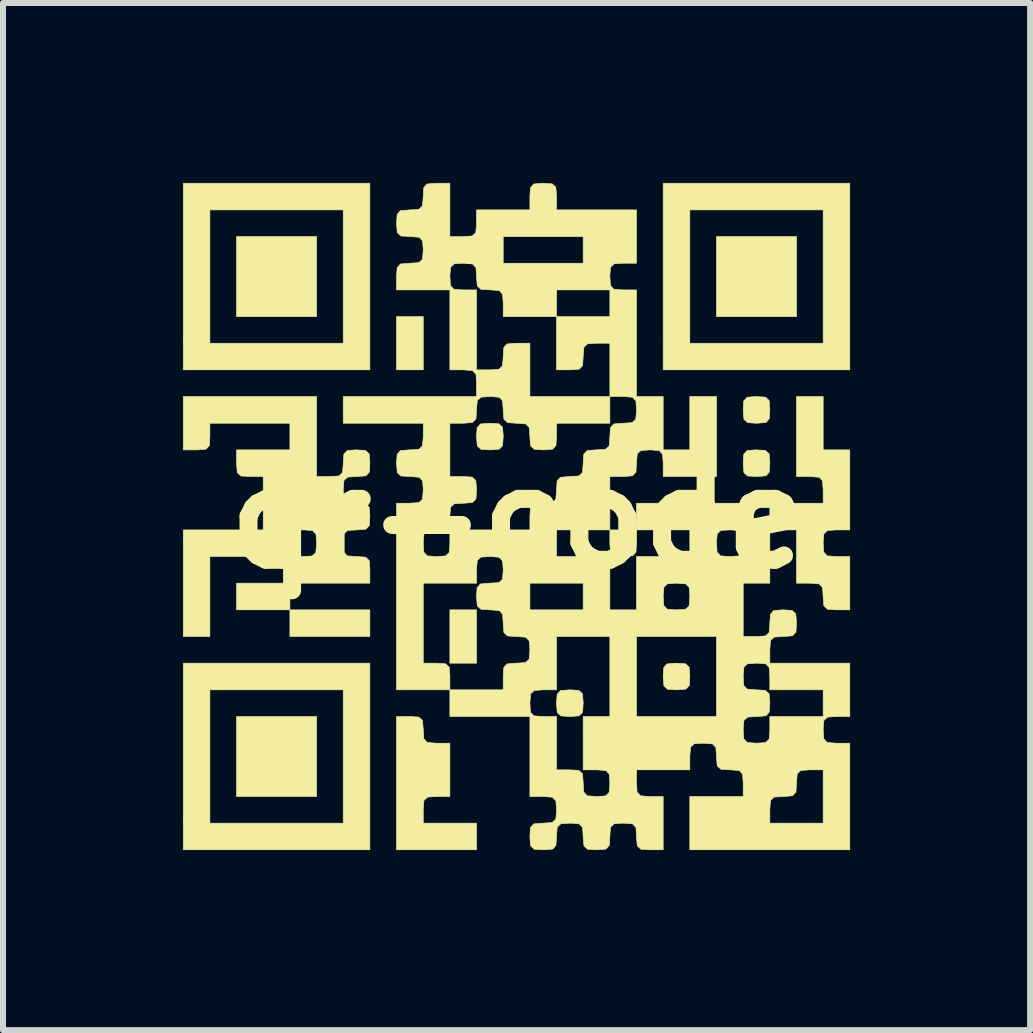
<source format=kicad_pcb>
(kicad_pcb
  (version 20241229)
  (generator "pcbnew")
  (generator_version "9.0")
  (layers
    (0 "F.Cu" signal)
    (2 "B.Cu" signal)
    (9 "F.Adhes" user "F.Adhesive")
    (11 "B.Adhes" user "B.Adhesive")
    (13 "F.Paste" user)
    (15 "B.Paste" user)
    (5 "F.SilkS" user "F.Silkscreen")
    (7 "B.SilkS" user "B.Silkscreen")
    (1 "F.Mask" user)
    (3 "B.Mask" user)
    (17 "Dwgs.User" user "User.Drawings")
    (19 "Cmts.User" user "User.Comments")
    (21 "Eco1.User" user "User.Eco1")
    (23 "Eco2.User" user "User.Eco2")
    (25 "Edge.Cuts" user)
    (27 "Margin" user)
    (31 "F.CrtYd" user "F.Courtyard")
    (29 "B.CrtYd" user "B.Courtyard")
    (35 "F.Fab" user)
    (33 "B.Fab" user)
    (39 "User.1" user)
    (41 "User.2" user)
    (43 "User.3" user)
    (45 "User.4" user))
  (footprint "qr-code"
    (layer "F.Cu")
    (at 5.593 5.593)
    (property "Reference" "qr-code" (at 0 0 0) (layer "F.SilkS") (effects (font (size 1.524 1.524) (thickness 0.3))))
    (attr through_hole)
    (fp_poly (pts (xy -4.699 1.524) (xy -4.699 1.079) (xy -3.81 1.079) (xy -3.81 1.524) (xy -4.699 1.524)) (stroke (width 0.01) (type solid)) (fill yes) (layer "F.SilkS"))
    (fp_poly (pts (xy -3.365 -3.365) (xy -4.699 -3.365) (xy -4.699 -4.699) (xy -3.365 -4.699) (xy -3.365 -3.365)) (stroke (width 0.01) (type solid)) (fill yes) (layer "F.SilkS"))
    (fp_poly (pts (xy -3.365 4.636) (xy -4.699 4.636) (xy -4.699 3.302) (xy -3.365 3.302) (xy -3.365 4.636)) (stroke (width 0.01) (type solid)) (fill yes) (layer "F.SilkS"))
    (fp_poly (pts (xy -2.477 1.524) (xy -2.477 1.968) (xy -3.81 1.968) (xy -3.81 1.524) (xy -2.477 1.524)) (stroke (width 0.01) (type solid)) (fill yes) (layer "F.SilkS"))
    (fp_poly (pts (xy -1.587 -2.477) (xy -2.032 -2.477) (xy -2.032 -3.365) (xy -1.587 -3.365) (xy -1.587 -2.477)) (stroke (width 0.01) (type solid)) (fill yes) (layer "F.SilkS"))
    (fp_poly (pts (xy -0.699 2.413) (xy -1.143 2.413) (xy -1.143 1.524) (xy -0.699 1.524) (xy -0.699 2.413)) (stroke (width 0.01) (type solid)) (fill yes) (layer "F.SilkS"))
    (fp_poly (pts (xy 4.636 -3.365) (xy 3.302 -3.365) (xy 3.302 -4.699) (xy 4.636 -4.699) (xy 4.636 -3.365)) (stroke (width 0.01) (type solid)) (fill yes) (layer "F.SilkS"))
    (fp_poly (pts (xy -2.477 -2.477) (xy -5.588 -2.477) (xy -5.588 -5.144) (xy -5.144 -5.144) (xy -5.144 -2.921) (xy -2.921 -2.921) (xy -2.921 -5.144) (xy -5.144 -5.144) (xy -5.588 -5.144) (xy -5.588 -5.588) (xy -2.477 -5.588) (xy -2.477 -2.477)) (stroke (width 0.01) (type solid)) (fill yes) (layer "F.SilkS"))
    (fp_poly (pts (xy -2.477 5.524) (xy -5.588 5.524) (xy -5.588 2.857) (xy -5.144 2.857) (xy -5.144 5.08) (xy -2.921 5.08) (xy -2.921 2.857) (xy -5.144 2.857) (xy -5.588 2.857) (xy -5.588 2.413) (xy -2.477 2.413) (xy -2.477 5.524)) (stroke (width 0.01) (type solid)) (fill yes) (layer "F.SilkS"))
    (fp_poly (pts (xy 5.524 -2.477) (xy 2.413 -2.477) (xy 2.413 -5.144) (xy 2.857 -5.144) (xy 2.857 -2.921) (xy 5.08 -2.921) (xy 5.08 -5.144) (xy 2.857 -5.144) (xy 2.413 -5.144) (xy 2.413 -5.588) (xy 5.524 -5.588) (xy 5.524 -2.477)) (stroke (width 0.01) (type solid)) (fill yes) (layer "F.SilkS"))
    (fp_poly (pts (xy -0.327 -1.578) (xy -0.266 -1.522) (xy -0.254 -1.382) (xy -0.254 -1.365) (xy -0.264 -1.216) (xy -0.319 -1.155) (xy -0.459 -1.143) (xy -0.476 -1.143) (xy -0.625 -1.153) (xy -0.686 -1.208) (xy -0.698 -1.348) (xy -0.699 -1.365) (xy -0.689 -1.514) (xy -0.633 -1.575) (xy -0.493 -1.587) (xy -0.476 -1.587) (xy -0.327 -1.578)) (stroke (width 0.01) (type solid)) (fill yes) (layer "F.SilkS"))
    (fp_poly (pts (xy 1.006 2.867) (xy 1.067 2.923) (xy 1.079 3.063) (xy 1.079 3.08) (xy 1.07 3.229) (xy 1.014 3.29) (xy 0.874 3.302) (xy 0.857 3.302) (xy 0.708 3.292) (xy 0.647 3.237) (xy 0.635 3.097) (xy 0.635 3.08) (xy 0.645 2.931) (xy 0.7 2.87) (xy 0.84 2.858) (xy 0.857 2.857) (xy 1.006 2.867)) (stroke (width 0.01) (type solid)) (fill yes) (layer "F.SilkS"))
    (fp_poly (pts (xy 2.784 2.423) (xy 2.845 2.478) (xy 2.857 2.618) (xy 2.857 2.635) (xy 2.848 2.784) (xy 2.792 2.845) (xy 2.652 2.857) (xy 2.635 2.857) (xy 2.486 2.848) (xy 2.425 2.792) (xy 2.413 2.652) (xy 2.413 2.635) (xy 2.423 2.486) (xy 2.478 2.425) (xy 2.618 2.413) (xy 2.635 2.413) (xy 2.784 2.423)) (stroke (width 0.01) (type solid)) (fill yes) (layer "F.SilkS"))
    (fp_poly (pts (xy 4.118 -2.022) (xy 4.179 -1.967) (xy 4.191 -1.827) (xy 4.191 -1.81) (xy 4.181 -1.661) (xy 4.126 -1.6) (xy 3.986 -1.588) (xy 3.969 -1.587) (xy 3.82 -1.597) (xy 3.759 -1.653) (xy 3.747 -1.793) (xy 3.747 -1.81) (xy 3.756 -1.959) (xy 3.812 -2.02) (xy 3.952 -2.032) (xy 3.969 -2.032) (xy 4.118 -2.022)) (stroke (width 0.01) (type solid)) (fill yes) (layer "F.SilkS"))
    (fp_poly (pts (xy 4.118 -1.133) (xy 4.179 -1.078) (xy 4.191 -0.938) (xy 4.191 -0.921) (xy 4.181 -0.772) (xy 4.126 -0.711) (xy 3.986 -0.699) (xy 3.969 -0.699) (xy 3.82 -0.708) (xy 3.759 -0.764) (xy 3.747 -0.904) (xy 3.747 -0.921) (xy 3.756 -1.07) (xy 3.812 -1.131) (xy 3.952 -1.143) (xy 3.969 -1.143) (xy 4.118 -1.133)) (stroke (width 0.01) (type solid)) (fill yes) (layer "F.SilkS"))
    (fp_poly (pts (xy -1.661 3.312) (xy -1.6 3.367) (xy -1.588 3.507) (xy -1.587 3.524) (xy -1.578 3.673) (xy -1.522 3.734) (xy -1.382 3.746) (xy -1.365 3.747) (xy -1.143 3.747) (xy -1.143 4.636) (xy -1.365 4.636) (xy -1.514 4.645) (xy -1.575 4.701) (xy -1.587 4.841) (xy -1.587 4.858) (xy -1.587 5.08) (xy -0.699 5.08) (xy -0.699 5.524) (xy -2.032 5.524) (xy -2.032 3.302) (xy -1.81 3.302) (xy -1.661 3.312)) (stroke (width 0.01) (type solid)) (fill yes) (layer "F.SilkS"))
    (fp_poly (pts (xy -3.81 0.635) (xy -5.144 0.635) (xy -5.144 1.968) (xy -5.588 1.968) (xy -5.588 0.413) (xy -3.81 0.413) (xy -3.8 0.562) (xy -3.745 0.623) (xy -3.605 0.635) (xy -3.588 0.635) (xy -3.439 0.625) (xy -3.378 0.57) (xy -3.366 0.43) (xy -3.365 0.413) (xy -3.375 0.264) (xy -3.431 0.203) (xy -3.571 0.191) (xy -3.588 0.191) (xy -3.737 0.2) (xy -3.798 0.256) (xy -3.81 0.396) (xy -3.81 0.413) (xy -5.588 0.413) (xy -5.588 0.191) (xy -4.255 0.191) (xy -4.255 -0.699) (xy -4.477 -0.699) (xy -4.626 -0.708) (xy -4.687 -0.764) (xy -4.699 -0.904) (xy -4.699 -0.921) (xy -4.699 -1.143) (xy -3.81 -1.143) (xy -3.81 -1.587) (xy -5.144 -1.587) (xy -5.144 -1.365) (xy -5.153 -1.216) (xy -5.209 -1.155) (xy -5.349 -1.143) (xy -5.366 -1.143) (xy -5.588 -1.143) (xy -5.588 -2.032) (xy -3.365 -2.032) (xy -3.365 -0.699) (xy -3.143 -0.699) (xy -2.994 -0.708) (xy -2.933 -0.764) (xy -2.921 -0.904) (xy -2.921 -0.921) (xy -2.911 -1.07) (xy -2.856 -1.131) (xy -2.716 -1.143) (xy -2.699 -1.143) (xy -2.55 -1.133) (xy -2.489 -1.078) (xy -2.477 -0.938) (xy -2.477 -0.921) (xy -2.486 -0.772) (xy -2.542 -0.711) (xy -2.682 -0.699) (xy -2.699 -0.699) (xy -2.848 -0.689) (xy -2.909 -0.633) (xy -2.921 -0.493) (xy -2.921 -0.476) (xy -2.911 -0.327) (xy -2.856 -0.266) (xy -2.716 -0.254) (xy -2.699 -0.254) (xy -2.55 -0.244) (xy -2.489 -0.189) (xy -2.477 -0.049) (xy -2.477 -0.032) (xy -2.486 0.117) (xy -2.542 0.178) (xy -2.682 0.19) (xy -2.699 0.191) (xy -2.848 0.2) (xy -2.909 0.256) (xy -2.921 0.396) (xy -2.921 0.413) (xy -2.911 0.562) (xy -2.856 0.623) (xy -2.716 0.635) (xy -2.699 0.635) (xy -2.55 0.645) (xy -2.489 0.7) (xy -2.477 0.84) (xy -2.477 0.857) (xy -2.477 1.079) (xy -3.81 1.079) (xy -3.81 0.635)) (stroke (width 0.01) (type solid)) (fill yes) (layer "F.SilkS"))
    (fp_poly (pts (xy -1.143 -4.699) (xy -0.921 -4.699) (xy -0.254 -4.699) (xy -0.254 -4.255) (xy 1.079 -4.255) (xy 1.079 -4.699) (xy -0.254 -4.699) (xy -0.921 -4.699) (xy -0.772 -4.709) (xy -0.711 -4.764) (xy -0.699 -4.904) (xy -0.699 -4.921) (xy -0.699 -5.144) (xy 0.191 -5.144) (xy 0.191 -5.366) (xy 0.2 -5.515) (xy 0.256 -5.576) (xy 0.396 -5.588) (xy 0.413 -5.588) (xy 0.562 -5.578) (xy 0.623 -5.523) (xy 0.635 -5.383) (xy 0.635 -5.366) (xy 0.635 -5.144) (xy 1.968 -5.144) (xy 1.968 -4.255) (xy 1.746 -4.255) (xy 1.597 -4.245) (xy 1.536 -4.189) (xy 1.524 -4.049) (xy 1.524 -4.032) (xy 1.534 -3.883) (xy 1.589 -3.822) (xy 1.729 -3.81) (xy 1.746 -3.81) (xy 1.968 -3.81) (xy 1.968 -2.032) (xy 2.413 -2.032) (xy 2.413 -1.143) (xy 2.857 -1.143) (xy 2.857 -2.032) (xy 3.302 -2.032) (xy 3.302 -0.699) (xy 2.413 -0.699) (xy 2.413 -0.921) (xy 2.403 -1.07) (xy 2.348 -1.131) (xy 2.208 -1.143) (xy 2.191 -1.143) (xy 2.042 -1.133) (xy 1.981 -1.078) (xy 1.969 -0.938) (xy 1.968 -0.921) (xy 1.959 -0.772) (xy 1.903 -0.711) (xy 1.763 -0.699) (xy 1.746 -0.699) (xy 1.524 -0.699) (xy 1.524 0.191) (xy 1.746 0.191) (xy 1.895 0.181) (xy 1.956 0.125) (xy 1.968 -0.015) (xy 1.968 -0.032) (xy 1.968 -0.254) (xy 3.747 -0.254) (xy 3.747 -0.032) (xy 3.756 0.117) (xy 3.812 0.178) (xy 3.952 0.19) (xy 3.969 0.191) (xy 4.118 0.181) (xy 4.179 0.125) (xy 4.191 -0.015) (xy 4.191 -0.032) (xy 4.191 -0.254) (xy 5.08 -0.254) (xy 5.08 -0.476) (xy 5.07 -0.625) (xy 5.015 -0.686) (xy 4.875 -0.698) (xy 4.858 -0.699) (xy 4.636 -0.699) (xy 4.636 -2.032) (xy 5.08 -2.032) (xy 5.08 -1.143) (xy 5.524 -1.143) (xy 5.524 0.191) (xy 5.302 0.191) (xy 5.153 0.2) (xy 5.092 0.256) (xy 5.08 0.396) (xy 5.08 0.413) (xy 5.09 0.562) (xy 5.145 0.623) (xy 5.285 0.635) (xy 5.302 0.635) (xy 5.524 0.635) (xy 5.524 1.524) (xy 5.302 1.524) (xy 5.153 1.514) (xy 5.092 1.459) (xy 5.08 1.319) (xy 5.08 1.302) (xy 5.07 1.153) (xy 5.015 1.092) (xy 4.875 1.08) (xy 4.858 1.079) (xy 4.636 1.079) (xy 4.636 0.191) (xy 4.191 0.191) (xy 4.191 1.079) (xy 3.747 1.079) (xy 3.747 1.968) (xy 3.969 1.968) (xy 4.118 1.959) (xy 4.179 1.903) (xy 4.191 1.763) (xy 4.191 1.746) (xy 4.201 1.597) (xy 4.256 1.536) (xy 4.396 1.524) (xy 4.413 1.524) (xy 4.562 1.534) (xy 4.623 1.589) (xy 4.635 1.729) (xy 4.636 1.746) (xy 4.626 1.895) (xy 4.57 1.956) (xy 4.43 1.968) (xy 4.413 1.968) (xy 4.264 1.978) (xy 4.203 2.034) (xy 4.191 2.174) (xy 4.191 2.191) (xy 4.191 2.413) (xy 5.524 2.413) (xy 5.524 3.302) (xy 5.302 3.302) (xy 5.153 3.312) (xy 5.092 3.367) (xy 5.08 3.507) (xy 5.08 3.524) (xy 5.09 3.673) (xy 5.145 3.734) (xy 5.285 3.746) (xy 5.302 3.747) (xy 5.524 3.747) (xy 5.524 5.524) (xy 2.857 5.524) (xy 2.857 4.858) (xy 4.191 4.858) (xy 4.191 5.08) (xy 5.08 5.08) (xy 5.08 4.191) (xy 4.858 4.191) (xy 4.709 4.201) (xy 4.648 4.256) (xy 4.636 4.396) (xy 4.636 4.413) (xy 4.626 4.562) (xy 4.57 4.623) (xy 4.43 4.635) (xy 4.413 4.636) (xy 4.264 4.645) (xy 4.203 4.701) (xy 4.191 4.841) (xy 4.191 4.858) (xy 2.857 4.858) (xy 2.857 4.636) (xy 3.747 4.636) (xy 3.747 4.413) (xy 3.737 4.264) (xy 3.681 4.203) (xy 3.541 4.191) (xy 3.524 4.191) (xy 3.375 4.181) (xy 3.314 4.126) (xy 3.302 3.986) (xy 3.302 3.969) (xy 3.292 3.82) (xy 3.237 3.759) (xy 3.097 3.747) (xy 3.08 3.747) (xy 2.931 3.756) (xy 2.87 3.812) (xy 2.858 3.952) (xy 2.857 3.969) (xy 2.857 4.191) (xy 1.968 4.191) (xy 1.968 4.413) (xy 1.978 4.562) (xy 2.034 4.623) (xy 2.174 4.635) (xy 2.191 4.636) (xy 2.413 4.636) (xy 2.413 5.524) (xy 2.191 5.524) (xy 2.042 5.515) (xy 1.981 5.459) (xy 1.969 5.319) (xy 1.968 5.302) (xy 1.959 5.153) (xy 1.903 5.092) (xy 1.763 5.08) (xy 1.746 5.08) (xy 1.597 5.09) (xy 1.536 5.145) (xy 1.524 5.285) (xy 1.524 5.302) (xy 1.514 5.451) (xy 1.459 5.512) (xy 1.319 5.524) (xy 1.302 5.524) (xy 1.153 5.515) (xy 1.092 5.459) (xy 1.08 5.319) (xy 1.079 5.302) (xy 1.07 5.153) (xy 1.014 5.092) (xy 0.874 5.08) (xy 0.857 5.08) (xy 0.708 5.09) (xy 0.647 5.145) (xy 0.635 5.285) (xy 0.635 5.302) (xy 0.625 5.451) (xy 0.57 5.512) (xy 0.43 5.524) (xy 0.413 5.524) (xy 0.264 5.515) (xy 0.203 5.459) (xy 0.191 5.319) (xy 0.191 5.302) (xy 0.2 5.153) (xy 0.256 5.092) (xy 0.396 5.08) (xy 0.413 5.08) (xy 0.562 5.07) (xy 0.623 5.015) (xy 0.635 4.875) (xy 0.635 4.858) (xy 0.625 4.709) (xy 0.57 4.648) (xy 0.43 4.636) (xy 0.413 4.636) (xy 0.191 4.636) (xy 0.191 3.302) (xy -1.143 3.302) (xy -1.143 3.08) (xy 0.191 3.08) (xy 0.2 3.229) (xy 0.256 3.29) (xy 0.396 3.302) (xy 0.413 3.302) (xy 0.635 3.302) (xy 0.635 4.191) (xy 0.857 4.191) (xy 1.006 4.201) (xy 1.067 4.256) (xy 1.079 4.396) (xy 1.079 4.413) (xy 1.089 4.562) (xy 1.145 4.623) (xy 1.285 4.635) (xy 1.302 4.636) (xy 1.451 4.626) (xy 1.512 4.57) (xy 1.524 4.43) (xy 1.524 4.413) (xy 1.514 4.264) (xy 1.459 4.203) (xy 1.319 4.191) (xy 1.302 4.191) (xy 1.079 4.191) (xy 1.079 3.302) (xy 1.524 3.302) (xy 1.524 1.968) (xy 1.968 1.968) (xy 1.968 3.302) (xy 3.302 3.302) (xy 3.302 2.635) (xy 3.747 2.635) (xy 3.756 2.784) (xy 3.812 2.845) (xy 3.952 2.857) (xy 3.969 2.857) (xy 4.118 2.867) (xy 4.179 2.923) (xy 4.191 3.063) (xy 4.191 3.08) (xy 4.181 3.229) (xy 4.126 3.29) (xy 3.986 3.302) (xy 3.969 3.302) (xy 3.82 3.312) (xy 3.759 3.367) (xy 3.747 3.507) (xy 3.747 3.524) (xy 3.756 3.673) (xy 3.812 3.734) (xy 3.952 3.746) (xy 3.969 3.747) (xy 4.118 3.737) (xy 4.179 3.681) (xy 4.191 3.541) (xy 4.191 3.524) (xy 4.191 3.302) (xy 5.08 3.302) (xy 5.08 2.857) (xy 4.191 2.857) (xy 4.191 2.635) (xy 4.181 2.486) (xy 4.126 2.425) (xy 3.986 2.413) (xy 3.969 2.413) (xy 3.82 2.423) (xy 3.759 2.478) (xy 3.747 2.618) (xy 3.747 2.635) (xy 3.302 2.635) (xy 3.302 1.968) (xy 1.968 1.968) (xy 1.524 1.968) (xy 0.635 1.968) (xy 0.635 2.857) (xy 0.413 2.857) (xy 0.264 2.867) (xy 0.203 2.923) (xy 0.191 3.063) (xy 0.191 3.08) (xy -1.143 3.08) (xy -1.143 2.857) (xy -2.032 2.857) (xy -2.032 1.079) (xy -1.587 1.079) (xy -1.587 2.413) (xy -1.365 2.413) (xy -1.216 2.423) (xy -1.155 2.478) (xy -1.143 2.618) (xy -1.143 2.635) (xy -1.143 2.857) (xy -0.254 2.857) (xy -0.254 2.635) (xy -0.244 2.486) (xy -0.189 2.425) (xy -0.049 2.413) (xy -0.032 2.413) (xy 0.117 2.403) (xy 0.178 2.348) (xy 0.19 2.208) (xy 0.191 2.191) (xy 0.181 2.042) (xy 0.125 1.981) (xy -0.015 1.969) (xy -0.032 1.968) (xy -0.181 1.959) (xy -0.242 1.903) (xy -0.254 1.763) (xy -0.254 1.746) (xy -0.264 1.597) (xy -0.319 1.536) (xy -0.459 1.524) (xy -0.476 1.524) (xy -0.625 1.514) (xy -0.686 1.459) (xy -0.698 1.319) (xy -0.699 1.302) (xy -0.689 1.153) (xy -0.633 1.092) (xy -0.493 1.08) (xy -0.476 1.079) (xy 0.191 1.079) (xy 0.191 1.524) (xy 1.079 1.524) (xy 1.079 1.079) (xy 0.191 1.079) (xy -0.476 1.079) (xy -0.327 1.07) (xy -0.266 1.014) (xy -0.254 0.874) (xy -0.254 0.857) (xy -0.264 0.708) (xy -0.319 0.647) (xy -0.459 0.635) (xy -0.476 0.635) (xy -0.625 0.645) (xy -0.686 0.7) (xy -0.698 0.84) (xy -0.699 0.857) (xy -0.699 1.079) (xy -1.587 1.079) (xy -2.032 1.079) (xy -2.032 0.413) (xy -1.587 0.413) (xy -1.578 0.562) (xy -1.522 0.623) (xy -1.382 0.635) (xy -1.365 0.635) (xy -1.216 0.625) (xy -1.155 0.57) (xy -1.143 0.43) (xy -1.143 0.413) (xy -1.143 0.191) (xy 0.191 0.191) (xy 0.635 0.191) (xy 0.635 0.635) (xy 1.524 0.635) (xy 1.524 1.524) (xy 1.968 1.524) (xy 1.968 1.302) (xy 2.413 1.302) (xy 2.423 1.451) (xy 2.478 1.512) (xy 2.618 1.524) (xy 2.635 1.524) (xy 2.784 1.514) (xy 2.845 1.459) (xy 2.857 1.319) (xy 2.857 1.302) (xy 2.848 1.153) (xy 2.792 1.092) (xy 2.652 1.08) (xy 2.635 1.079) (xy 2.486 1.089) (xy 2.425 1.145) (xy 2.413 1.285) (xy 2.413 1.302) (xy 1.968 1.302) (xy 1.968 0.635) (xy 2.857 0.635) (xy 2.857 0.413) (xy 3.302 0.413) (xy 3.312 0.562) (xy 3.367 0.623) (xy 3.507 0.635) (xy 3.524 0.635) (xy 3.673 0.625) (xy 3.734 0.57) (xy 3.746 0.43) (xy 3.747 0.413) (xy 3.737 0.264) (xy 3.681 0.203) (xy 3.541 0.191) (xy 3.524 0.191) (xy 3.375 0.2) (xy 3.314 0.256) (xy 3.302 0.396) (xy 3.302 0.413) (xy 2.857 0.413) (xy 2.857 0.191) (xy 1.968 0.191) (xy 1.968 0.413) (xy 1.959 0.562) (xy 1.903 0.623) (xy 1.763 0.635) (xy 1.746 0.635) (xy 1.597 0.625) (xy 1.536 0.57) (xy 1.524 0.43) (xy 1.524 0.413) (xy 1.524 0.191) (xy 0.635 0.191) (xy 0.191 0.191) (xy 0.191 -0.032) (xy 0.2 -0.181) (xy 0.256 -0.242) (xy 0.396 -0.254) (xy 0.413 -0.254) (xy 0.562 -0.264) (xy 0.623 -0.319) (xy 0.635 -0.459) (xy 0.635 -0.476) (xy 0.645 -0.625) (xy 0.7 -0.686) (xy 0.84 -0.698) (xy 0.857 -0.699) (xy 1.006 -0.708) (xy 1.067 -0.764) (xy 1.079 -0.904) (xy 1.079 -0.921) (xy 1.089 -1.07) (xy 1.145 -1.131) (xy 1.285 -1.143) (xy 1.302 -1.143) (xy 1.451 -1.153) (xy 1.512 -1.208) (xy 1.524 -1.348) (xy 1.524 -1.365) (xy 1.534 -1.514) (xy 1.589 -1.575) (xy 1.729 -1.587) (xy 1.746 -1.587) (xy 1.895 -1.597) (xy 1.956 -1.653) (xy 1.968 -1.793) (xy 1.968 -1.81) (xy 1.959 -1.959) (xy 1.903 -2.02) (xy 1.763 -2.032) (xy 1.746 -2.032) (xy 1.524 -2.032) (xy 1.524 -1.587) (xy 0.635 -1.587) (xy 0.635 -1.365) (xy 0.625 -1.216) (xy 0.57 -1.155) (xy 0.43 -1.143) (xy 0.413 -1.143) (xy 0.264 -1.153) (xy 0.203 -1.208) (xy 0.191 -1.348) (xy 0.191 -1.365) (xy 0.181 -1.514) (xy 0.125 -1.575) (xy -0.015 -1.587) (xy -0.032 -1.587) (xy -0.181 -1.597) (xy -0.242 -1.653) (xy -0.254 -1.793) (xy -0.254 -1.81) (xy -0.264 -1.959) (xy -0.319 -2.02) (xy -0.459 -2.032) (xy -0.476 -2.032) (xy -0.625 -2.022) (xy -0.686 -1.967) (xy -0.698 -1.827) (xy -0.699 -1.81) (xy -0.708 -1.661) (xy -0.764 -1.6) (xy -0.904 -1.588) (xy -0.921 -1.587) (xy -1.143 -1.587) (xy -1.143 -0.699) (xy -0.921 -0.699) (xy -0.772 -0.689) (xy -0.711 -0.633) (xy -0.699 -0.493) (xy -0.699 -0.476) (xy -0.708 -0.327) (xy -0.764 -0.266) (xy -0.904 -0.254) (xy -0.921 -0.254) (xy -1.07 -0.244) (xy -1.131 -0.189) (xy -1.143 -0.049) (xy -1.143 -0.032) (xy -1.153 0.117) (xy -1.208 0.178) (xy -1.348 0.19) (xy -1.365 0.191) (xy -1.514 0.2) (xy -1.575 0.256) (xy -1.587 0.396) (xy -1.587 0.413) (xy -2.032 0.413) (xy -2.032 -0.254) (xy -1.81 -0.254) (xy -1.661 -0.264) (xy -1.6 -0.319) (xy -1.588 -0.459) (xy -1.587 -0.476) (xy -1.597 -0.625) (xy -1.653 -0.686) (xy -1.793 -0.698) (xy -1.81 -0.699) (xy -1.959 -0.708) (xy -2.02 -0.764) (xy -2.032 -0.904) (xy -2.032 -0.921) (xy -2.022 -1.07) (xy -1.967 -1.131) (xy -1.827 -1.143) (xy -1.81 -1.143) (xy -1.661 -1.153) (xy -1.6 -1.208) (xy -1.588 -1.348) (xy -1.587 -1.365) (xy -1.587 -1.587) (xy -2.921 -1.587) (xy -2.921 -2.032) (xy -0.699 -2.032) (xy -0.699 -2.254) (xy -0.708 -2.403) (xy -0.764 -2.464) (xy -0.904 -2.476) (xy -0.921 -2.477) (xy -1.143 -2.477) (xy -1.143 -3.81) (xy -2.032 -3.81) (xy -2.032 -4.032) (xy -1.143 -4.032) (xy -1.133 -3.883) (xy -1.078 -3.822) (xy -0.938 -3.81) (xy -0.921 -3.81) (xy -0.699 -3.81) (xy -0.699 -2.477) (xy -0.476 -2.477) (xy -0.327 -2.486) (xy -0.266 -2.542) (xy -0.254 -2.682) (xy -0.254 -2.699) (xy -0.244 -2.848) (xy -0.189 -2.909) (xy -0.049 -2.921) (xy -0.032 -2.921) (xy 0.191 -2.921) (xy 0.191 -2.032) (xy 1.524 -2.032) (xy 1.524 -2.921) (xy 1.302 -2.921) (xy 1.153 -2.911) (xy 1.092 -2.856) (xy 1.08 -2.716) (xy 1.079 -2.699) (xy 1.07 -2.55) (xy 1.014 -2.489) (xy 0.874 -2.477) (xy 0.857 -2.477) (xy 0.635 -2.477) (xy 0.635 -3.365) (xy -0.254 -3.365) (xy -0.254 -3.588) (xy -0.264 -3.737) (xy -0.319 -3.798) (xy -0.459 -3.81) (xy -0.476 -3.81) (xy 0.635 -3.81) (xy 0.635 -3.365) (xy 1.524 -3.365) (xy 1.524 -3.81) (xy 0.635 -3.81) (xy -0.476 -3.81) (xy -0.625 -3.82) (xy -0.686 -3.875) (xy -0.698 -4.015) (xy -0.699 -4.032) (xy -0.708 -4.181) (xy -0.764 -4.242) (xy -0.904 -4.254) (xy -0.921 -4.255) (xy -1.07 -4.245) (xy -1.131 -4.189) (xy -1.143 -4.049) (xy -1.143 -4.032) (xy -2.032 -4.032) (xy -2.022 -4.181) (xy -1.967 -4.242) (xy -1.827 -4.254) (xy -1.81 -4.255) (xy -1.661 -4.264) (xy -1.6 -4.32) (xy -1.588 -4.46) (xy -1.587 -4.477) (xy -1.597 -4.626) (xy -1.653 -4.687) (xy -1.793 -4.699) (xy -1.81 -4.699) (xy -1.959 -4.709) (xy -2.02 -4.764) (xy -2.032 -4.904) (xy -2.032 -4.921) (xy -2.022 -5.07) (xy -1.967 -5.131) (xy -1.827 -5.143) (xy -1.81 -5.144) (xy -1.661 -5.153) (xy -1.6 -5.209) (xy -1.588 -5.349) (xy -1.587 -5.366) (xy -1.578 -5.515) (xy -1.522 -5.576) (xy -1.382 -5.588) (xy -1.365 -5.588) (xy -1.143 -5.588) (xy -1.143 -4.699)) (stroke (width 0.01) (type solid)) (fill yes) (layer "F.SilkS")))
  (gr_rect
    (start -3 -3)
    (end 14.123 14.123)
    (stroke (width 0.1) (type default))
    (fill no)
    (layer "Edge.Cuts")))
</source>
